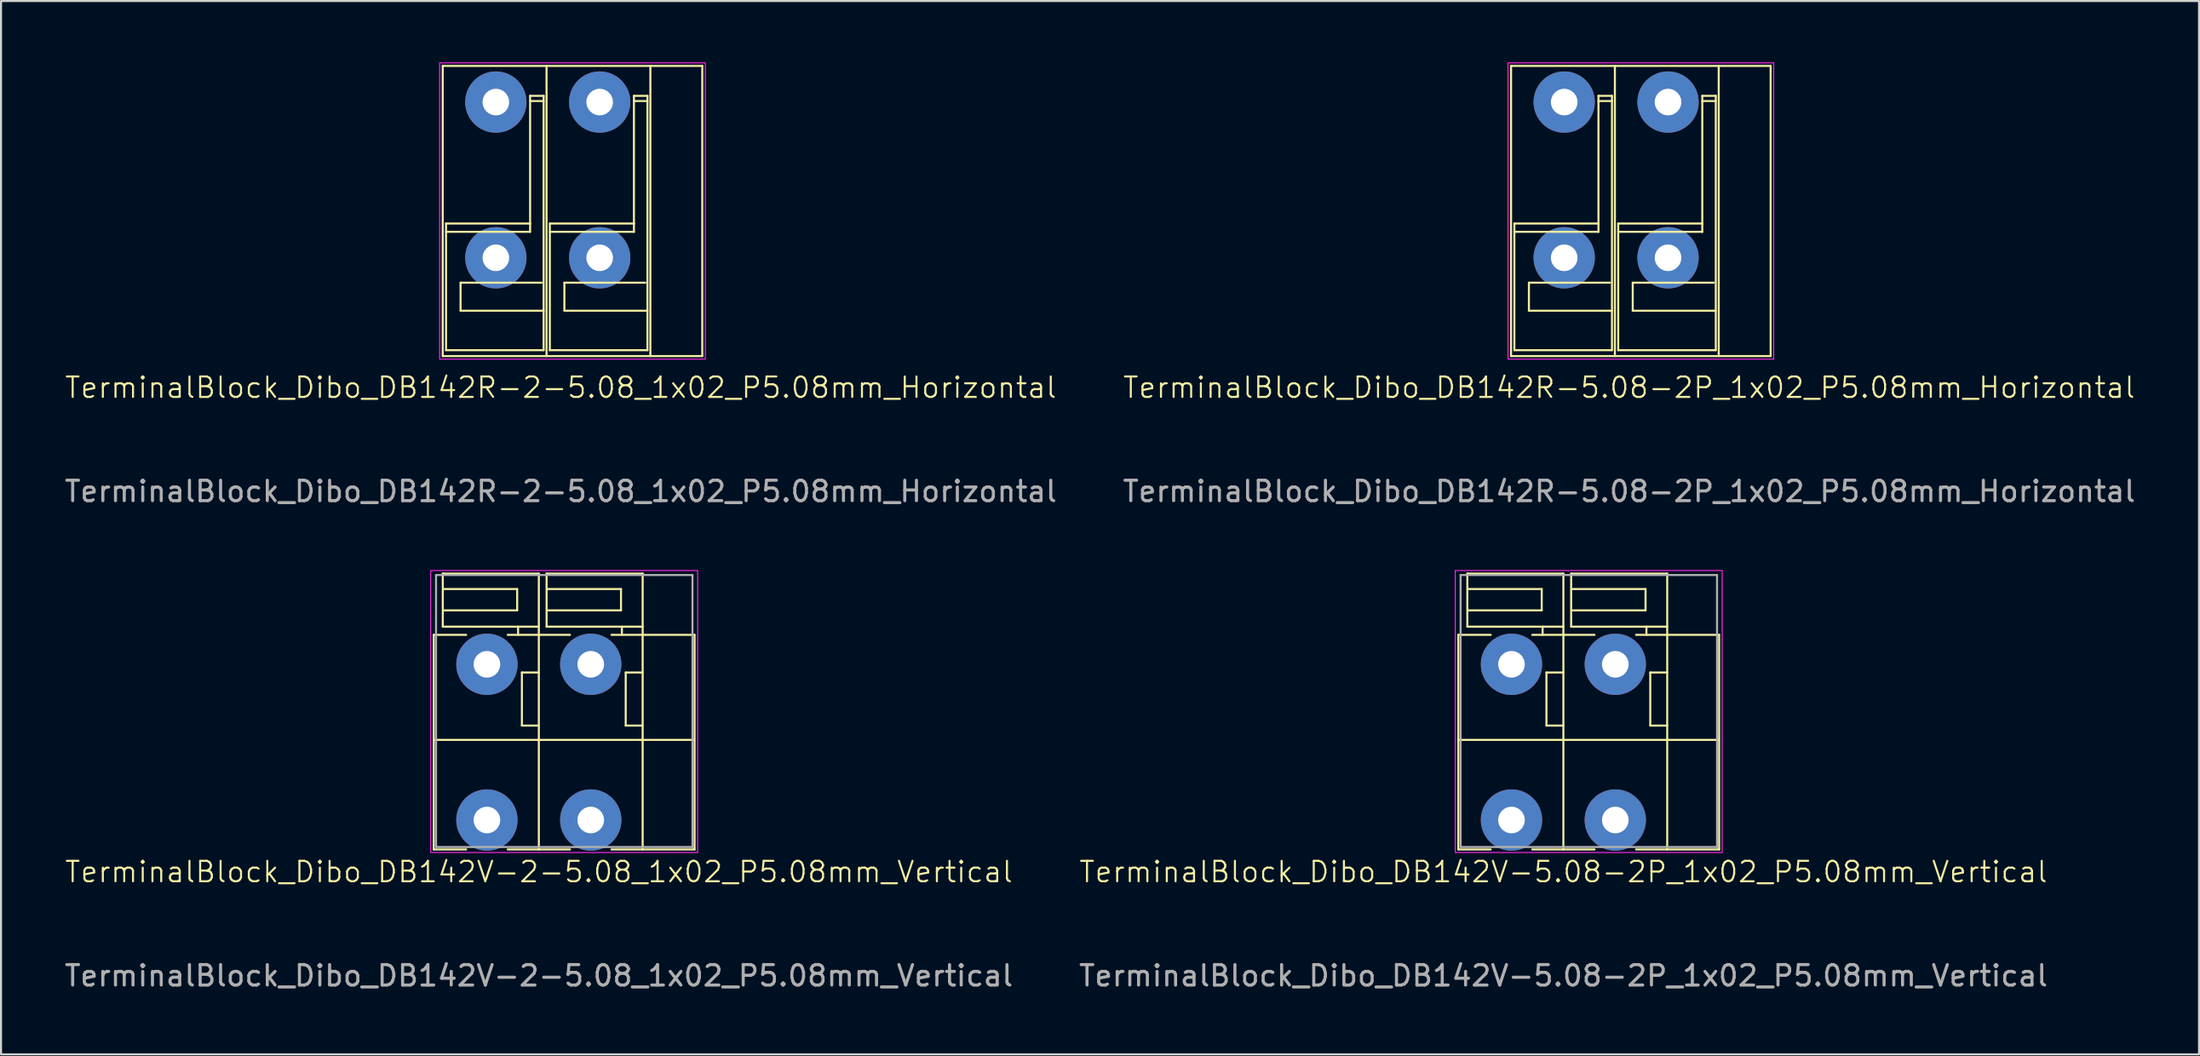
<source format=kicad_pcb>
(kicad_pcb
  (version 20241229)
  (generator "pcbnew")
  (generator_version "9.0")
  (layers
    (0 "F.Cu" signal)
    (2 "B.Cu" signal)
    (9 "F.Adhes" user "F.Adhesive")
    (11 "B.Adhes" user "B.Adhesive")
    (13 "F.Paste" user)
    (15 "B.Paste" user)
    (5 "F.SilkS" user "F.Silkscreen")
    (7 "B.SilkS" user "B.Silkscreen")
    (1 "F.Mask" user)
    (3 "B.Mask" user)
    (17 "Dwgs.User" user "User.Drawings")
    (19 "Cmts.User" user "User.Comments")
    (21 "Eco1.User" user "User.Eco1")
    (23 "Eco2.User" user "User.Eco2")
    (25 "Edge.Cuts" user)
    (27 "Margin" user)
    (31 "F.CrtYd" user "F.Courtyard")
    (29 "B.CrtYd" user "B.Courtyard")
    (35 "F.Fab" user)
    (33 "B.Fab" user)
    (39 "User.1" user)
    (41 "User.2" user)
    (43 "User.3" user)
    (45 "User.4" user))
  (footprint "TerminalBlock_Dibo_DB142V-5.08-2P_1x02_P5.08mm_Vertical"
    (layer "F.Cu")
    (at 70.906 37.078)
    (property "Reference" "TerminalBlock_Dibo_DB142V-5.08-2P_1x02_P5.08mm_Vertical" (at 2.54 2.54 0) (unlocked yes) (layer "F.SilkS") (effects (font (size 1 1) (thickness 0.1))))
    (attr through_hole)
    (fp_line (start -2.6 1.44) (end -2.6 -9.06) (stroke (width 0.1) (type default)) (layer "F.SilkS"))
    (fp_line (start -2.16 -12.06) (end 2.54 -12.06) (stroke (width 0.1) (type default)) (layer "F.SilkS"))
    (fp_line (start -2.16 -9.46) (end -2.16 -12.06) (stroke (width 0.1) (type default)) (layer "F.SilkS"))
    (fp_line (start -2.1 -10.26) (end 1.48 -10.26) (stroke (width 0.1) (type default)) (layer "F.SilkS"))
    (fp_line (start -1.016 -9.06) (end -2.6 -9.06) (stroke (width 0.1) (type default)) (layer "F.SilkS"))
    (fp_line (start -1.016 1.44) (end -2.6 1.44) (stroke (width 0.1) (type default)) (layer "F.SilkS"))
    (fp_line (start 1.48 -11.303) (end -2.1 -11.303) (stroke (width 0.1) (type default)) (layer "F.SilkS"))
    (fp_line (start 1.48 -10.26) (end 1.48 -11.303) (stroke (width 0.1) (type default)) (layer "F.SilkS"))
    (fp_line (start 1.524 -9.46) (end 1.524 -9.06) (stroke (width 0.1) (type default)) (layer "F.SilkS"))
    (fp_line (start 1.711 -7.22) (end 2.54 -7.22) (stroke (width 0.1) (type default)) (layer "F.SilkS"))
    (fp_line (start 1.711 -4.62) (end 1.711 -7.22) (stroke (width 0.1) (type default)) (layer "F.SilkS"))
    (fp_line (start 2.54 -12.06) (end 2.54 -9.06) (stroke (width 0.1) (type default)) (layer "F.SilkS"))
    (fp_line (start 2.54 -9.46) (end -2.16 -9.46) (stroke (width 0.1) (type default)) (layer "F.SilkS"))
    (fp_line (start 2.54 -4.62) (end 1.711 -4.62) (stroke (width 0.1) (type default)) (layer "F.SilkS"))
    (fp_line (start 2.54 1.44) (end 2.54 -9.06) (stroke (width 0.1) (type default)) (layer "F.SilkS"))
    (fp_line (start 2.92 -12.06) (end 7.62 -12.06) (stroke (width 0.1) (type default)) (layer "F.SilkS"))
    (fp_line (start 2.92 -9.46) (end 2.92 -12.06) (stroke (width 0.1) (type default)) (layer "F.SilkS"))
    (fp_line (start 2.98 -10.26) (end 6.56 -10.26) (stroke (width 0.1) (type default)) (layer "F.SilkS"))
    (fp_line (start 4.064 -9.06) (end 1.016 -9.06) (stroke (width 0.1) (type default)) (layer "F.SilkS"))
    (fp_line (start 4.064 1.44) (end 1.016 1.44) (stroke (width 0.1) (type default)) (layer "F.SilkS"))
    (fp_line (start 6.096 -9.06) (end 10.16 -9.06) (stroke (width 0.1) (type default)) (layer "F.SilkS"))
    (fp_line (start 6.56 -11.303) (end 2.98 -11.303) (stroke (width 0.1) (type default)) (layer "F.SilkS"))
    (fp_line (start 6.56 -10.26) (end 6.56 -11.303) (stroke (width 0.1) (type default)) (layer "F.SilkS"))
    (fp_line (start 6.604 -9.46) (end 6.604 -9.06) (stroke (width 0.1) (type default)) (layer "F.SilkS"))
    (fp_line (start 6.791 -7.22) (end 7.62 -7.22) (stroke (width 0.1) (type default)) (layer "F.SilkS"))
    (fp_line (start 6.791 -4.62) (end 6.791 -7.22) (stroke (width 0.1) (type default)) (layer "F.SilkS"))
    (fp_line (start 7.62 -12.06) (end 7.62 -9.06) (stroke (width 0.1) (type default)) (layer "F.SilkS"))
    (fp_line (start 7.62 -9.46) (end 2.92 -9.46) (stroke (width 0.1) (type default)) (layer "F.SilkS"))
    (fp_line (start 7.62 -4.62) (end 6.791 -4.62) (stroke (width 0.1) (type default)) (layer "F.SilkS"))
    (fp_line (start 7.62 1.44) (end 7.62 -9.06) (stroke (width 0.1) (type default)) (layer "F.SilkS"))
    (fp_line (start 10.1 -3.92) (end -2.6 -3.92) (stroke (width 0.1) (type default)) (layer "F.SilkS"))
    (fp_line (start 10.16 -9.06) (end 10.16 1.44) (stroke (width 0.1) (type default)) (layer "F.SilkS"))
    (fp_line (start 10.16 1.44) (end 6.096 1.44) (stroke (width 0.1) (type default)) (layer "F.SilkS"))
    (fp_rect (start 10.31 1.59) (end -2.75 -12.21) (stroke (width 0.05) (type default)) (fill no) (layer "F.CrtYd"))
    (fp_line (start -2.489 -11.989) (end 10.058 -11.989) (stroke (width 0.1) (type default)) (layer "F.Fab"))
    (fp_line (start -2.489 1.321) (end -2.489 -11.989) (stroke (width 0.1) (type default)) (layer "F.Fab"))
    (fp_line (start 10.058 -11.989) (end 10.058 1.321) (stroke (width 0.1) (type default)) (layer "F.Fab"))
    (fp_line (start 10.058 1.321) (end -2.489 1.321) (stroke (width 0.1) (type default)) (layer "F.Fab"))
    (fp_text user "${REFERENCE}" (at 2.54 7.62 0) (unlocked yes) (layer "F.Fab") (effects (font (size 1 1) (thickness 0.15))))
    (pad "1" thru_hole circle (at 0 -7.62 180) (size 3 3) (drill 1.3) (layers "*.Cu" "*.Mask"))
    (pad "1" thru_hole circle (at 0 0 180) (size 3 3) (drill 1.3) (layers "*.Cu" "*.Mask"))
    (pad "2" thru_hole circle (at 5.08 -7.62 180) (size 3 3) (drill 1.3) (layers "*.Cu" "*.Mask"))
    (pad "2" thru_hole circle (at 5.08 0 180) (size 3 3) (drill 1.3) (layers "*.Cu" "*.Mask")))
  (footprint "TerminalBlock_Dibo_DB142R-5.08-2P_1x02_P5.08mm_Horizontal"
    (layer "F.Cu")
    (at 73.486 9.565)
    (property "Reference" "TerminalBlock_Dibo_DB142R-5.08-2P_1x02_P5.08mm_Horizontal" (at 3.175 6.35 0) (unlocked yes) (layer "F.SilkS") (effects (font (size 1 1) (thickness 0.1))))
    (attr through_hole)
    (fp_line (start -2.6 -9.39) (end 10.1 -9.39) (stroke (width 0.1) (type default)) (layer "F.SilkS"))
    (fp_line (start -2.6 4.81) (end -2.6 -9.39) (stroke (width 0.1) (type default)) (layer "F.SilkS"))
    (fp_line (start -2.438 -1.676) (end 1.676 -1.676) (stroke (width 0.1) (type default)) (layer "F.SilkS"))
    (fp_line (start -2.438 -1.27) (end 1.676 -1.27) (stroke (width 0.1) (type default)) (layer "F.SilkS"))
    (fp_line (start -2.438 4.521) (end -2.438 -1.676) (stroke (width 0.1) (type default)) (layer "F.SilkS"))
    (fp_line (start -1.727 1.219) (end -1.727 2.591) (stroke (width 0.1) (type default)) (layer "F.SilkS"))
    (fp_line (start -1.727 2.591) (end 2.337 2.591) (stroke (width 0.1) (type default)) (layer "F.SilkS"))
    (fp_line (start 1.676 -7.925) (end 2.337 -7.925) (stroke (width 0.1) (type default)) (layer "F.SilkS"))
    (fp_line (start 1.676 -7.671) (end 2.337 -7.671) (stroke (width 0.1) (type default)) (layer "F.SilkS"))
    (fp_line (start 1.676 -1.676) (end 1.676 -7.925) (stroke (width 0.1) (type default)) (layer "F.SilkS"))
    (fp_line (start 1.676 -1.27) (end 1.676 -1.676) (stroke (width 0.1) (type default)) (layer "F.SilkS"))
    (fp_line (start 2.235 1.219) (end -1.727 1.219) (stroke (width 0.1) (type default)) (layer "F.SilkS"))
    (fp_line (start 2.337 -7.925) (end 2.337 4.521) (stroke (width 0.1) (type default)) (layer "F.SilkS"))
    (fp_line (start 2.337 4.521) (end -2.438 4.521) (stroke (width 0.1) (type default)) (layer "F.SilkS"))
    (fp_line (start 2.48 4.81) (end 2.48 -9.39) (stroke (width 0.1) (type default)) (layer "F.SilkS"))
    (fp_line (start 2.642 -1.676) (end 6.756 -1.676) (stroke (width 0.1) (type default)) (layer "F.SilkS"))
    (fp_line (start 2.642 -1.27) (end 6.756 -1.27) (stroke (width 0.1) (type default)) (layer "F.SilkS"))
    (fp_line (start 2.642 4.521) (end 2.642 -1.676) (stroke (width 0.1) (type default)) (layer "F.SilkS"))
    (fp_line (start 3.353 1.219) (end 3.353 2.591) (stroke (width 0.1) (type default)) (layer "F.SilkS"))
    (fp_line (start 3.353 2.591) (end 7.417 2.591) (stroke (width 0.1) (type default)) (layer "F.SilkS"))
    (fp_line (start 6.756 -7.925) (end 7.417 -7.925) (stroke (width 0.1) (type default)) (layer "F.SilkS"))
    (fp_line (start 6.756 -7.671) (end 7.417 -7.671) (stroke (width 0.1) (type default)) (layer "F.SilkS"))
    (fp_line (start 6.756 -1.676) (end 6.756 -7.925) (stroke (width 0.1) (type default)) (layer "F.SilkS"))
    (fp_line (start 6.756 -1.27) (end 6.756 -1.676) (stroke (width 0.1) (type default)) (layer "F.SilkS"))
    (fp_line (start 7.315 1.219) (end 3.353 1.219) (stroke (width 0.1) (type default)) (layer "F.SilkS"))
    (fp_line (start 7.417 -7.925) (end 7.417 4.521) (stroke (width 0.1) (type default)) (layer "F.SilkS"))
    (fp_line (start 7.417 4.521) (end 2.642 4.521) (stroke (width 0.1) (type default)) (layer "F.SilkS"))
    (fp_line (start 7.56 4.81) (end 7.56 -9.39) (stroke (width 0.1) (type default)) (layer "F.SilkS"))
    (fp_line (start 10.1 -9.39) (end 10.1 4.81) (stroke (width 0.1) (type default)) (layer "F.SilkS"))
    (fp_line (start 10.1 4.81) (end -2.6 4.81) (stroke (width 0.1) (type default)) (layer "F.SilkS"))
    (fp_rect (start -2.75 4.96) (end 10.25 -9.54) (stroke (width 0.05) (type default)) (fill no) (layer "F.CrtYd"))
    (fp_text user "${REFERENCE}" (at 3.175 11.43 0) (unlocked yes) (layer "F.Fab") (effects (font (size 1 1) (thickness 0.15))))
    (pad "1" thru_hole circle (at 0 -7.62 180) (size 3 3) (drill 1.3) (layers "*.Cu" "*.Mask"))
    (pad "1" thru_hole circle (at 0 0 180) (size 3 3) (drill 1.3) (layers "*.Cu" "*.Mask"))
    (pad "2" thru_hole circle (at 5.08 -7.62 180) (size 3 3) (drill 1.3) (layers "*.Cu" "*.Mask"))
    (pad "2" thru_hole circle (at 5.08 0 180) (size 3 3) (drill 1.3) (layers "*.Cu" "*.Mask")))
  (footprint "TerminalBlock_Dibo_DB142V-2-5.08_1x02_P5.08mm_Vertical"
    (layer "F.Cu")
    (at 20.775 37.078)
    (property "Reference" "TerminalBlock_Dibo_DB142V-2-5.08_1x02_P5.08mm_Vertical" (at 2.54 2.54 0) (unlocked yes) (layer "F.SilkS") (effects (font (size 1 1) (thickness 0.1))))
    (attr through_hole)
    (fp_line (start -2.6 1.44) (end -2.6 -9.06) (stroke (width 0.1) (type default)) (layer "F.SilkS"))
    (fp_line (start -2.16 -12.06) (end 2.54 -12.06) (stroke (width 0.1) (type default)) (layer "F.SilkS"))
    (fp_line (start -2.16 -9.46) (end -2.16 -12.06) (stroke (width 0.1) (type default)) (layer "F.SilkS"))
    (fp_line (start -2.1 -10.26) (end 1.48 -10.26) (stroke (width 0.1) (type default)) (layer "F.SilkS"))
    (fp_line (start -1.016 -9.06) (end -2.6 -9.06) (stroke (width 0.1) (type default)) (layer "F.SilkS"))
    (fp_line (start -1.016 1.44) (end -2.6 1.44) (stroke (width 0.1) (type default)) (layer "F.SilkS"))
    (fp_line (start 1.48 -11.303) (end -2.1 -11.303) (stroke (width 0.1) (type default)) (layer "F.SilkS"))
    (fp_line (start 1.48 -10.26) (end 1.48 -11.303) (stroke (width 0.1) (type default)) (layer "F.SilkS"))
    (fp_line (start 1.524 -9.46) (end 1.524 -9.06) (stroke (width 0.1) (type default)) (layer "F.SilkS"))
    (fp_line (start 1.711 -7.22) (end 2.54 -7.22) (stroke (width 0.1) (type default)) (layer "F.SilkS"))
    (fp_line (start 1.711 -4.62) (end 1.711 -7.22) (stroke (width 0.1) (type default)) (layer "F.SilkS"))
    (fp_line (start 2.54 -12.06) (end 2.54 -9.06) (stroke (width 0.1) (type default)) (layer "F.SilkS"))
    (fp_line (start 2.54 -9.46) (end -2.16 -9.46) (stroke (width 0.1) (type default)) (layer "F.SilkS"))
    (fp_line (start 2.54 -4.62) (end 1.711 -4.62) (stroke (width 0.1) (type default)) (layer "F.SilkS"))
    (fp_line (start 2.54 1.44) (end 2.54 -9.06) (stroke (width 0.1) (type default)) (layer "F.SilkS"))
    (fp_line (start 2.92 -12.06) (end 7.62 -12.06) (stroke (width 0.1) (type default)) (layer "F.SilkS"))
    (fp_line (start 2.92 -9.46) (end 2.92 -12.06) (stroke (width 0.1) (type default)) (layer "F.SilkS"))
    (fp_line (start 2.98 -10.26) (end 6.56 -10.26) (stroke (width 0.1) (type default)) (layer "F.SilkS"))
    (fp_line (start 4.064 -9.06) (end 1.016 -9.06) (stroke (width 0.1) (type default)) (layer "F.SilkS"))
    (fp_line (start 4.064 1.44) (end 1.016 1.44) (stroke (width 0.1) (type default)) (layer "F.SilkS"))
    (fp_line (start 6.096 -9.06) (end 10.16 -9.06) (stroke (width 0.1) (type default)) (layer "F.SilkS"))
    (fp_line (start 6.56 -11.303) (end 2.98 -11.303) (stroke (width 0.1) (type default)) (layer "F.SilkS"))
    (fp_line (start 6.56 -10.26) (end 6.56 -11.303) (stroke (width 0.1) (type default)) (layer "F.SilkS"))
    (fp_line (start 6.604 -9.46) (end 6.604 -9.06) (stroke (width 0.1) (type default)) (layer "F.SilkS"))
    (fp_line (start 6.791 -7.22) (end 7.62 -7.22) (stroke (width 0.1) (type default)) (layer "F.SilkS"))
    (fp_line (start 6.791 -4.62) (end 6.791 -7.22) (stroke (width 0.1) (type default)) (layer "F.SilkS"))
    (fp_line (start 7.62 -12.06) (end 7.62 -9.06) (stroke (width 0.1) (type default)) (layer "F.SilkS"))
    (fp_line (start 7.62 -9.46) (end 2.92 -9.46) (stroke (width 0.1) (type default)) (layer "F.SilkS"))
    (fp_line (start 7.62 -4.62) (end 6.791 -4.62) (stroke (width 0.1) (type default)) (layer "F.SilkS"))
    (fp_line (start 7.62 1.44) (end 7.62 -9.06) (stroke (width 0.1) (type default)) (layer "F.SilkS"))
    (fp_line (start 10.1 -3.92) (end -2.6 -3.92) (stroke (width 0.1) (type default)) (layer "F.SilkS"))
    (fp_line (start 10.16 -9.06) (end 10.16 1.44) (stroke (width 0.1) (type default)) (layer "F.SilkS"))
    (fp_line (start 10.16 1.44) (end 6.096 1.44) (stroke (width 0.1) (type default)) (layer "F.SilkS"))
    (fp_rect (start 10.31 1.59) (end -2.75 -12.21) (stroke (width 0.05) (type default)) (fill no) (layer "F.CrtYd"))
    (fp_line (start -2.489 -11.989) (end 10.058 -11.989) (stroke (width 0.1) (type default)) (layer "F.Fab"))
    (fp_line (start -2.489 1.321) (end -2.489 -11.989) (stroke (width 0.1) (type default)) (layer "F.Fab"))
    (fp_line (start 10.058 -11.989) (end 10.058 1.321) (stroke (width 0.1) (type default)) (layer "F.Fab"))
    (fp_line (start 10.058 1.321) (end -2.489 1.321) (stroke (width 0.1) (type default)) (layer "F.Fab"))
    (fp_text user "${REFERENCE}" (at 2.54 7.62 0) (unlocked yes) (layer "F.Fab") (effects (font (size 1 1) (thickness 0.15))))
    (pad "1" thru_hole circle (at 0 -7.62 180) (size 3 3) (drill 1.3) (layers "*.Cu" "*.Mask"))
    (pad "1" thru_hole circle (at 0 0 180) (size 3 3) (drill 1.3) (layers "*.Cu" "*.Mask"))
    (pad "2" thru_hole circle (at 5.08 -7.62 180) (size 3 3) (drill 1.3) (layers "*.Cu" "*.Mask"))
    (pad "2" thru_hole circle (at 5.08 0 180) (size 3 3) (drill 1.3) (layers "*.Cu" "*.Mask")))
  (footprint "TerminalBlock_Dibo_DB142R-2-5.08_1x02_P5.08mm_Horizontal"
    (layer "F.Cu")
    (at 21.212 9.565)
    (property "Reference" "TerminalBlock_Dibo_DB142R-2-5.08_1x02_P5.08mm_Horizontal" (at 3.175 6.35 0) (unlocked yes) (layer "F.SilkS") (effects (font (size 1 1) (thickness 0.1))))
    (attr through_hole)
    (fp_line (start -2.6 -9.39) (end 10.1 -9.39) (stroke (width 0.1) (type default)) (layer "F.SilkS"))
    (fp_line (start -2.6 4.81) (end -2.6 -9.39) (stroke (width 0.1) (type default)) (layer "F.SilkS"))
    (fp_line (start -2.438 -1.676) (end 1.676 -1.676) (stroke (width 0.1) (type default)) (layer "F.SilkS"))
    (fp_line (start -2.438 -1.27) (end 1.676 -1.27) (stroke (width 0.1) (type default)) (layer "F.SilkS"))
    (fp_line (start -2.438 4.521) (end -2.438 -1.676) (stroke (width 0.1) (type default)) (layer "F.SilkS"))
    (fp_line (start -1.727 1.219) (end -1.727 2.591) (stroke (width 0.1) (type default)) (layer "F.SilkS"))
    (fp_line (start -1.727 2.591) (end 2.337 2.591) (stroke (width 0.1) (type default)) (layer "F.SilkS"))
    (fp_line (start 1.676 -7.925) (end 2.337 -7.925) (stroke (width 0.1) (type default)) (layer "F.SilkS"))
    (fp_line (start 1.676 -7.671) (end 2.337 -7.671) (stroke (width 0.1) (type default)) (layer "F.SilkS"))
    (fp_line (start 1.676 -1.676) (end 1.676 -7.925) (stroke (width 0.1) (type default)) (layer "F.SilkS"))
    (fp_line (start 1.676 -1.27) (end 1.676 -1.676) (stroke (width 0.1) (type default)) (layer "F.SilkS"))
    (fp_line (start 2.235 1.219) (end -1.727 1.219) (stroke (width 0.1) (type default)) (layer "F.SilkS"))
    (fp_line (start 2.337 -7.925) (end 2.337 4.521) (stroke (width 0.1) (type default)) (layer "F.SilkS"))
    (fp_line (start 2.337 4.521) (end -2.438 4.521) (stroke (width 0.1) (type default)) (layer "F.SilkS"))
    (fp_line (start 2.48 4.81) (end 2.48 -9.39) (stroke (width 0.1) (type default)) (layer "F.SilkS"))
    (fp_line (start 2.642 -1.676) (end 6.756 -1.676) (stroke (width 0.1) (type default)) (layer "F.SilkS"))
    (fp_line (start 2.642 -1.27) (end 6.756 -1.27) (stroke (width 0.1) (type default)) (layer "F.SilkS"))
    (fp_line (start 2.642 4.521) (end 2.642 -1.676) (stroke (width 0.1) (type default)) (layer "F.SilkS"))
    (fp_line (start 3.353 1.219) (end 3.353 2.591) (stroke (width 0.1) (type default)) (layer "F.SilkS"))
    (fp_line (start 3.353 2.591) (end 7.417 2.591) (stroke (width 0.1) (type default)) (layer "F.SilkS"))
    (fp_line (start 6.756 -7.925) (end 7.417 -7.925) (stroke (width 0.1) (type default)) (layer "F.SilkS"))
    (fp_line (start 6.756 -7.671) (end 7.417 -7.671) (stroke (width 0.1) (type default)) (layer "F.SilkS"))
    (fp_line (start 6.756 -1.676) (end 6.756 -7.925) (stroke (width 0.1) (type default)) (layer "F.SilkS"))
    (fp_line (start 6.756 -1.27) (end 6.756 -1.676) (stroke (width 0.1) (type default)) (layer "F.SilkS"))
    (fp_line (start 7.315 1.219) (end 3.353 1.219) (stroke (width 0.1) (type default)) (layer "F.SilkS"))
    (fp_line (start 7.417 -7.925) (end 7.417 4.521) (stroke (width 0.1) (type default)) (layer "F.SilkS"))
    (fp_line (start 7.417 4.521) (end 2.642 4.521) (stroke (width 0.1) (type default)) (layer "F.SilkS"))
    (fp_line (start 7.56 4.81) (end 7.56 -9.39) (stroke (width 0.1) (type default)) (layer "F.SilkS"))
    (fp_line (start 10.1 -9.39) (end 10.1 4.81) (stroke (width 0.1) (type default)) (layer "F.SilkS"))
    (fp_line (start 10.1 4.81) (end -2.6 4.81) (stroke (width 0.1) (type default)) (layer "F.SilkS"))
    (fp_rect (start -2.75 4.96) (end 10.25 -9.54) (stroke (width 0.05) (type default)) (fill no) (layer "F.CrtYd"))
    (fp_text user "${REFERENCE}" (at 3.175 11.43 0) (unlocked yes) (layer "F.Fab") (effects (font (size 1 1) (thickness 0.15))))
    (pad "1" thru_hole circle (at 0 -7.62 180) (size 3 3) (drill 1.3) (layers "*.Cu" "*.Mask"))
    (pad "1" thru_hole circle (at 0 0 180) (size 3 3) (drill 1.3) (layers "*.Cu" "*.Mask"))
    (pad "2" thru_hole circle (at 5.08 -7.62 180) (size 3 3) (drill 1.3) (layers "*.Cu" "*.Mask"))
    (pad "2" thru_hole circle (at 5.08 0 180) (size 3 3) (drill 1.3) (layers "*.Cu" "*.Mask")))
  (gr_rect
    (start -3 -3)
    (end 104.548 48.547)
    (stroke (width 0.1) (type default))
    (fill no)
    (layer "Edge.Cuts")))
</source>
